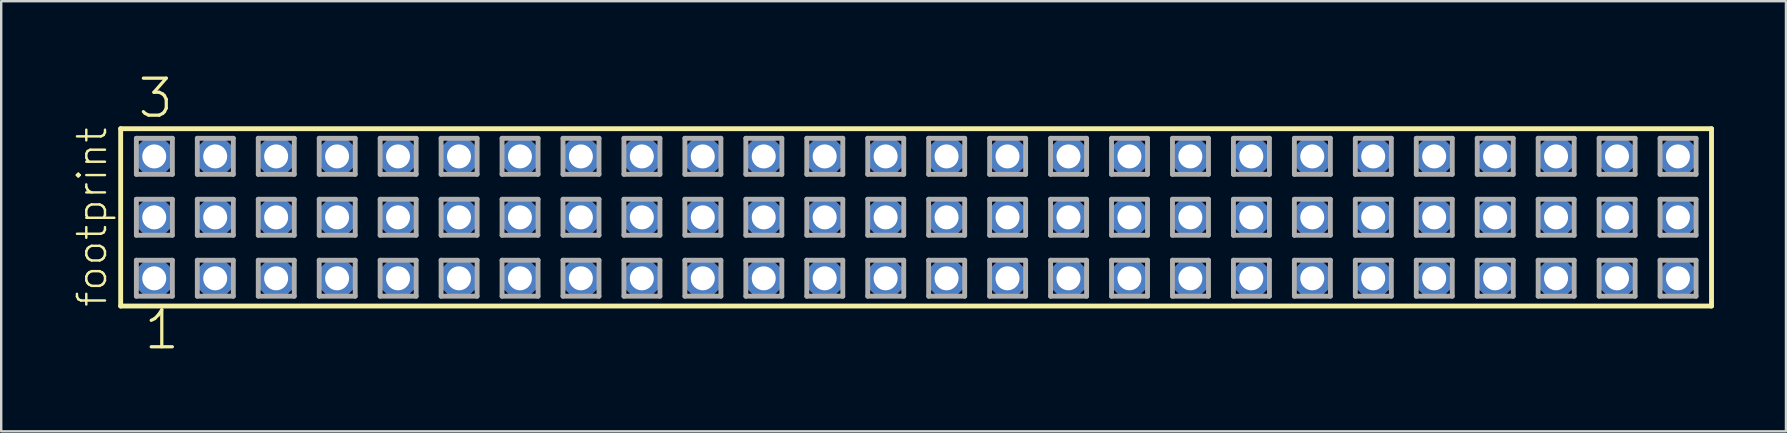
<source format=kicad_pcb>
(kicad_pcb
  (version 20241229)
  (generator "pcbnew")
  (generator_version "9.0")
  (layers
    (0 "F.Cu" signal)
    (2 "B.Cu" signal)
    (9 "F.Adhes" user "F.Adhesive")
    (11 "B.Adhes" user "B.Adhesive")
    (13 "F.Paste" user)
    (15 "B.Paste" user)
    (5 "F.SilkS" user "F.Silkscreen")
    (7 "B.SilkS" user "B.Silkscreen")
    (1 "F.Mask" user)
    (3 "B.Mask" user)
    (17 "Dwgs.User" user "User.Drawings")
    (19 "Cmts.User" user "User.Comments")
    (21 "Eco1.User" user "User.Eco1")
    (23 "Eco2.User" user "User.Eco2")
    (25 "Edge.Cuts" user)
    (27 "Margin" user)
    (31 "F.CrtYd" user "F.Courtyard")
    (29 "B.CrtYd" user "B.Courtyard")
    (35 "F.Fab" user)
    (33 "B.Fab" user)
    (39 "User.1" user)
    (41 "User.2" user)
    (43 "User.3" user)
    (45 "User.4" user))
  (footprint "footprint"
    (layer "F.Cu")
    (at 35.128 6.009)
    (property "Reference" "footprint" (at -33.655 3.81 90) (layer "F.SilkS") (effects (font (size 1.168 1.168) (thickness 0.102)) (justify left bottom)))
    (fp_line (start -33.149 -3.695) (end 33.149 -3.695) (stroke (width 0.203) (type solid)) (layer "F.SilkS"))
    (fp_line (start -33.149 3.695) (end -33.149 -3.695) (stroke (width 0.203) (type solid)) (layer "F.SilkS"))
    (fp_line (start 33.149 -3.695) (end 33.149 3.695) (stroke (width 0.203) (type solid)) (layer "F.SilkS"))
    (fp_line (start 33.149 3.695) (end -33.149 3.695) (stroke (width 0.203) (type solid)) (layer "F.SilkS"))
    (fp_line (start -32.495 -3.295) (end -30.995 -3.295) (stroke (width 0.203) (type solid)) (layer "F.Fab"))
    (fp_line (start -32.495 -1.795) (end -32.495 -3.295) (stroke (width 0.203) (type solid)) (layer "F.Fab"))
    (fp_line (start -32.495 -0.755) (end -30.995 -0.755) (stroke (width 0.203) (type solid)) (layer "F.Fab"))
    (fp_line (start -32.495 0.745) (end -32.495 -0.755) (stroke (width 0.203) (type solid)) (layer "F.Fab"))
    (fp_line (start -32.495 1.785) (end -30.995 1.785) (stroke (width 0.203) (type solid)) (layer "F.Fab"))
    (fp_line (start -32.495 3.285) (end -32.495 1.785) (stroke (width 0.203) (type solid)) (layer "F.Fab"))
    (fp_line (start -30.995 -3.295) (end -30.995 -1.795) (stroke (width 0.203) (type solid)) (layer "F.Fab"))
    (fp_line (start -30.995 -1.795) (end -32.495 -1.795) (stroke (width 0.203) (type solid)) (layer "F.Fab"))
    (fp_line (start -30.995 -0.755) (end -30.995 0.745) (stroke (width 0.203) (type solid)) (layer "F.Fab"))
    (fp_line (start -30.995 0.745) (end -32.495 0.745) (stroke (width 0.203) (type solid)) (layer "F.Fab"))
    (fp_line (start -30.995 1.785) (end -30.995 3.285) (stroke (width 0.203) (type solid)) (layer "F.Fab"))
    (fp_line (start -30.995 3.285) (end -32.495 3.285) (stroke (width 0.203) (type solid)) (layer "F.Fab"))
    (fp_line (start -29.955 -3.295) (end -28.455 -3.295) (stroke (width 0.203) (type solid)) (layer "F.Fab"))
    (fp_line (start -29.955 -1.795) (end -29.955 -3.295) (stroke (width 0.203) (type solid)) (layer "F.Fab"))
    (fp_line (start -29.955 -0.755) (end -28.455 -0.755) (stroke (width 0.203) (type solid)) (layer "F.Fab"))
    (fp_line (start -29.955 0.745) (end -29.955 -0.755) (stroke (width 0.203) (type solid)) (layer "F.Fab"))
    (fp_line (start -29.955 1.785) (end -28.455 1.785) (stroke (width 0.203) (type solid)) (layer "F.Fab"))
    (fp_line (start -29.955 3.285) (end -29.955 1.785) (stroke (width 0.203) (type solid)) (layer "F.Fab"))
    (fp_line (start -28.455 -3.295) (end -28.455 -1.795) (stroke (width 0.203) (type solid)) (layer "F.Fab"))
    (fp_line (start -28.455 -1.795) (end -29.955 -1.795) (stroke (width 0.203) (type solid)) (layer "F.Fab"))
    (fp_line (start -28.455 -0.755) (end -28.455 0.745) (stroke (width 0.203) (type solid)) (layer "F.Fab"))
    (fp_line (start -28.455 0.745) (end -29.955 0.745) (stroke (width 0.203) (type solid)) (layer "F.Fab"))
    (fp_line (start -28.455 1.785) (end -28.455 3.285) (stroke (width 0.203) (type solid)) (layer "F.Fab"))
    (fp_line (start -28.455 3.285) (end -29.955 3.285) (stroke (width 0.203) (type solid)) (layer "F.Fab"))
    (fp_line (start -27.415 -3.295) (end -25.915 -3.295) (stroke (width 0.203) (type solid)) (layer "F.Fab"))
    (fp_line (start -27.415 -1.795) (end -27.415 -3.295) (stroke (width 0.203) (type solid)) (layer "F.Fab"))
    (fp_line (start -27.415 -0.755) (end -25.915 -0.755) (stroke (width 0.203) (type solid)) (layer "F.Fab"))
    (fp_line (start -27.415 0.745) (end -27.415 -0.755) (stroke (width 0.203) (type solid)) (layer "F.Fab"))
    (fp_line (start -27.415 1.785) (end -25.915 1.785) (stroke (width 0.203) (type solid)) (layer "F.Fab"))
    (fp_line (start -27.415 3.285) (end -27.415 1.785) (stroke (width 0.203) (type solid)) (layer "F.Fab"))
    (fp_line (start -25.915 -3.295) (end -25.915 -1.795) (stroke (width 0.203) (type solid)) (layer "F.Fab"))
    (fp_line (start -25.915 -1.795) (end -27.415 -1.795) (stroke (width 0.203) (type solid)) (layer "F.Fab"))
    (fp_line (start -25.915 -0.755) (end -25.915 0.745) (stroke (width 0.203) (type solid)) (layer "F.Fab"))
    (fp_line (start -25.915 0.745) (end -27.415 0.745) (stroke (width 0.203) (type solid)) (layer "F.Fab"))
    (fp_line (start -25.915 1.785) (end -25.915 3.285) (stroke (width 0.203) (type solid)) (layer "F.Fab"))
    (fp_line (start -25.915 3.285) (end -27.415 3.285) (stroke (width 0.203) (type solid)) (layer "F.Fab"))
    (fp_line (start -24.875 -3.295) (end -23.375 -3.295) (stroke (width 0.203) (type solid)) (layer "F.Fab"))
    (fp_line (start -24.875 -1.795) (end -24.875 -3.295) (stroke (width 0.203) (type solid)) (layer "F.Fab"))
    (fp_line (start -24.875 -0.755) (end -23.375 -0.755) (stroke (width 0.203) (type solid)) (layer "F.Fab"))
    (fp_line (start -24.875 0.745) (end -24.875 -0.755) (stroke (width 0.203) (type solid)) (layer "F.Fab"))
    (fp_line (start -24.875 1.785) (end -23.375 1.785) (stroke (width 0.203) (type solid)) (layer "F.Fab"))
    (fp_line (start -24.875 3.285) (end -24.875 1.785) (stroke (width 0.203) (type solid)) (layer "F.Fab"))
    (fp_line (start -23.375 -3.295) (end -23.375 -1.795) (stroke (width 0.203) (type solid)) (layer "F.Fab"))
    (fp_line (start -23.375 -1.795) (end -24.875 -1.795) (stroke (width 0.203) (type solid)) (layer "F.Fab"))
    (fp_line (start -23.375 -0.755) (end -23.375 0.745) (stroke (width 0.203) (type solid)) (layer "F.Fab"))
    (fp_line (start -23.375 0.745) (end -24.875 0.745) (stroke (width 0.203) (type solid)) (layer "F.Fab"))
    (fp_line (start -23.375 1.785) (end -23.375 3.285) (stroke (width 0.203) (type solid)) (layer "F.Fab"))
    (fp_line (start -23.375 3.285) (end -24.875 3.285) (stroke (width 0.203) (type solid)) (layer "F.Fab"))
    (fp_line (start -22.335 -3.295) (end -20.835 -3.295) (stroke (width 0.203) (type solid)) (layer "F.Fab"))
    (fp_line (start -22.335 -1.795) (end -22.335 -3.295) (stroke (width 0.203) (type solid)) (layer "F.Fab"))
    (fp_line (start -22.335 -0.755) (end -20.835 -0.755) (stroke (width 0.203) (type solid)) (layer "F.Fab"))
    (fp_line (start -22.335 0.745) (end -22.335 -0.755) (stroke (width 0.203) (type solid)) (layer "F.Fab"))
    (fp_line (start -22.335 1.785) (end -20.835 1.785) (stroke (width 0.203) (type solid)) (layer "F.Fab"))
    (fp_line (start -22.335 3.285) (end -22.335 1.785) (stroke (width 0.203) (type solid)) (layer "F.Fab"))
    (fp_line (start -20.835 -3.295) (end -20.835 -1.795) (stroke (width 0.203) (type solid)) (layer "F.Fab"))
    (fp_line (start -20.835 -1.795) (end -22.335 -1.795) (stroke (width 0.203) (type solid)) (layer "F.Fab"))
    (fp_line (start -20.835 -0.755) (end -20.835 0.745) (stroke (width 0.203) (type solid)) (layer "F.Fab"))
    (fp_line (start -20.835 0.745) (end -22.335 0.745) (stroke (width 0.203) (type solid)) (layer "F.Fab"))
    (fp_line (start -20.835 1.785) (end -20.835 3.285) (stroke (width 0.203) (type solid)) (layer "F.Fab"))
    (fp_line (start -20.835 3.285) (end -22.335 3.285) (stroke (width 0.203) (type solid)) (layer "F.Fab"))
    (fp_line (start -19.795 -3.295) (end -18.295 -3.295) (stroke (width 0.203) (type solid)) (layer "F.Fab"))
    (fp_line (start -19.795 -1.795) (end -19.795 -3.295) (stroke (width 0.203) (type solid)) (layer "F.Fab"))
    (fp_line (start -19.795 -0.755) (end -18.295 -0.755) (stroke (width 0.203) (type solid)) (layer "F.Fab"))
    (fp_line (start -19.795 0.745) (end -19.795 -0.755) (stroke (width 0.203) (type solid)) (layer "F.Fab"))
    (fp_line (start -19.795 1.785) (end -18.295 1.785) (stroke (width 0.203) (type solid)) (layer "F.Fab"))
    (fp_line (start -19.795 3.285) (end -19.795 1.785) (stroke (width 0.203) (type solid)) (layer "F.Fab"))
    (fp_line (start -18.295 -3.295) (end -18.295 -1.795) (stroke (width 0.203) (type solid)) (layer "F.Fab"))
    (fp_line (start -18.295 -1.795) (end -19.795 -1.795) (stroke (width 0.203) (type solid)) (layer "F.Fab"))
    (fp_line (start -18.295 -0.755) (end -18.295 0.745) (stroke (width 0.203) (type solid)) (layer "F.Fab"))
    (fp_line (start -18.295 0.745) (end -19.795 0.745) (stroke (width 0.203) (type solid)) (layer "F.Fab"))
    (fp_line (start -18.295 1.785) (end -18.295 3.285) (stroke (width 0.203) (type solid)) (layer "F.Fab"))
    (fp_line (start -18.295 3.285) (end -19.795 3.285) (stroke (width 0.203) (type solid)) (layer "F.Fab"))
    (fp_line (start -17.255 -3.295) (end -15.755 -3.295) (stroke (width 0.203) (type solid)) (layer "F.Fab"))
    (fp_line (start -17.255 -1.795) (end -17.255 -3.295) (stroke (width 0.203) (type solid)) (layer "F.Fab"))
    (fp_line (start -17.255 -0.755) (end -15.755 -0.755) (stroke (width 0.203) (type solid)) (layer "F.Fab"))
    (fp_line (start -17.255 0.745) (end -17.255 -0.755) (stroke (width 0.203) (type solid)) (layer "F.Fab"))
    (fp_line (start -17.255 1.785) (end -15.755 1.785) (stroke (width 0.203) (type solid)) (layer "F.Fab"))
    (fp_line (start -17.255 3.285) (end -17.255 1.785) (stroke (width 0.203) (type solid)) (layer "F.Fab"))
    (fp_line (start -15.755 -3.295) (end -15.755 -1.795) (stroke (width 0.203) (type solid)) (layer "F.Fab"))
    (fp_line (start -15.755 -1.795) (end -17.255 -1.795) (stroke (width 0.203) (type solid)) (layer "F.Fab"))
    (fp_line (start -15.755 -0.755) (end -15.755 0.745) (stroke (width 0.203) (type solid)) (layer "F.Fab"))
    (fp_line (start -15.755 0.745) (end -17.255 0.745) (stroke (width 0.203) (type solid)) (layer "F.Fab"))
    (fp_line (start -15.755 1.785) (end -15.755 3.285) (stroke (width 0.203) (type solid)) (layer "F.Fab"))
    (fp_line (start -15.755 3.285) (end -17.255 3.285) (stroke (width 0.203) (type solid)) (layer "F.Fab"))
    (fp_line (start -14.715 -3.295) (end -13.215 -3.295) (stroke (width 0.203) (type solid)) (layer "F.Fab"))
    (fp_line (start -14.715 -1.795) (end -14.715 -3.295) (stroke (width 0.203) (type solid)) (layer "F.Fab"))
    (fp_line (start -14.715 -0.755) (end -13.215 -0.755) (stroke (width 0.203) (type solid)) (layer "F.Fab"))
    (fp_line (start -14.715 0.745) (end -14.715 -0.755) (stroke (width 0.203) (type solid)) (layer "F.Fab"))
    (fp_line (start -14.715 1.785) (end -13.215 1.785) (stroke (width 0.203) (type solid)) (layer "F.Fab"))
    (fp_line (start -14.715 3.285) (end -14.715 1.785) (stroke (width 0.203) (type solid)) (layer "F.Fab"))
    (fp_line (start -13.215 -3.295) (end -13.215 -1.795) (stroke (width 0.203) (type solid)) (layer "F.Fab"))
    (fp_line (start -13.215 -1.795) (end -14.715 -1.795) (stroke (width 0.203) (type solid)) (layer "F.Fab"))
    (fp_line (start -13.215 -0.755) (end -13.215 0.745) (stroke (width 0.203) (type solid)) (layer "F.Fab"))
    (fp_line (start -13.215 0.745) (end -14.715 0.745) (stroke (width 0.203) (type solid)) (layer "F.Fab"))
    (fp_line (start -13.215 1.785) (end -13.215 3.285) (stroke (width 0.203) (type solid)) (layer "F.Fab"))
    (fp_line (start -13.215 3.285) (end -14.715 3.285) (stroke (width 0.203) (type solid)) (layer "F.Fab"))
    (fp_line (start -12.175 -3.295) (end -10.675 -3.295) (stroke (width 0.203) (type solid)) (layer "F.Fab"))
    (fp_line (start -12.175 -1.795) (end -12.175 -3.295) (stroke (width 0.203) (type solid)) (layer "F.Fab"))
    (fp_line (start -12.175 -0.755) (end -10.675 -0.755) (stroke (width 0.203) (type solid)) (layer "F.Fab"))
    (fp_line (start -12.175 0.745) (end -12.175 -0.755) (stroke (width 0.203) (type solid)) (layer "F.Fab"))
    (fp_line (start -12.175 1.785) (end -10.675 1.785) (stroke (width 0.203) (type solid)) (layer "F.Fab"))
    (fp_line (start -12.175 3.285) (end -12.175 1.785) (stroke (width 0.203) (type solid)) (layer "F.Fab"))
    (fp_line (start -10.675 -3.295) (end -10.675 -1.795) (stroke (width 0.203) (type solid)) (layer "F.Fab"))
    (fp_line (start -10.675 -1.795) (end -12.175 -1.795) (stroke (width 0.203) (type solid)) (layer "F.Fab"))
    (fp_line (start -10.675 -0.755) (end -10.675 0.745) (stroke (width 0.203) (type solid)) (layer "F.Fab"))
    (fp_line (start -10.675 0.745) (end -12.175 0.745) (stroke (width 0.203) (type solid)) (layer "F.Fab"))
    (fp_line (start -10.675 1.785) (end -10.675 3.285) (stroke (width 0.203) (type solid)) (layer "F.Fab"))
    (fp_line (start -10.675 3.285) (end -12.175 3.285) (stroke (width 0.203) (type solid)) (layer "F.Fab"))
    (fp_line (start -9.635 -3.295) (end -8.135 -3.295) (stroke (width 0.203) (type solid)) (layer "F.Fab"))
    (fp_line (start -9.635 -1.795) (end -9.635 -3.295) (stroke (width 0.203) (type solid)) (layer "F.Fab"))
    (fp_line (start -9.635 -0.755) (end -8.135 -0.755) (stroke (width 0.203) (type solid)) (layer "F.Fab"))
    (fp_line (start -9.635 0.745) (end -9.635 -0.755) (stroke (width 0.203) (type solid)) (layer "F.Fab"))
    (fp_line (start -9.635 1.785) (end -8.135 1.785) (stroke (width 0.203) (type solid)) (layer "F.Fab"))
    (fp_line (start -9.635 3.285) (end -9.635 1.785) (stroke (width 0.203) (type solid)) (layer "F.Fab"))
    (fp_line (start -8.135 -3.295) (end -8.135 -1.795) (stroke (width 0.203) (type solid)) (layer "F.Fab"))
    (fp_line (start -8.135 -1.795) (end -9.635 -1.795) (stroke (width 0.203) (type solid)) (layer "F.Fab"))
    (fp_line (start -8.135 -0.755) (end -8.135 0.745) (stroke (width 0.203) (type solid)) (layer "F.Fab"))
    (fp_line (start -8.135 0.745) (end -9.635 0.745) (stroke (width 0.203) (type solid)) (layer "F.Fab"))
    (fp_line (start -8.135 1.785) (end -8.135 3.285) (stroke (width 0.203) (type solid)) (layer "F.Fab"))
    (fp_line (start -8.135 3.285) (end -9.635 3.285) (stroke (width 0.203) (type solid)) (layer "F.Fab"))
    (fp_line (start -7.095 -3.295) (end -5.595 -3.295) (stroke (width 0.203) (type solid)) (layer "F.Fab"))
    (fp_line (start -7.095 -1.795) (end -7.095 -3.295) (stroke (width 0.203) (type solid)) (layer "F.Fab"))
    (fp_line (start -7.095 -0.755) (end -5.595 -0.755) (stroke (width 0.203) (type solid)) (layer "F.Fab"))
    (fp_line (start -7.095 0.745) (end -7.095 -0.755) (stroke (width 0.203) (type solid)) (layer "F.Fab"))
    (fp_line (start -7.095 1.785) (end -5.595 1.785) (stroke (width 0.203) (type solid)) (layer "F.Fab"))
    (fp_line (start -7.095 3.285) (end -7.095 1.785) (stroke (width 0.203) (type solid)) (layer "F.Fab"))
    (fp_line (start -5.595 -3.295) (end -5.595 -1.795) (stroke (width 0.203) (type solid)) (layer "F.Fab"))
    (fp_line (start -5.595 -1.795) (end -7.095 -1.795) (stroke (width 0.203) (type solid)) (layer "F.Fab"))
    (fp_line (start -5.595 -0.755) (end -5.595 0.745) (stroke (width 0.203) (type solid)) (layer "F.Fab"))
    (fp_line (start -5.595 0.745) (end -7.095 0.745) (stroke (width 0.203) (type solid)) (layer "F.Fab"))
    (fp_line (start -5.595 1.785) (end -5.595 3.285) (stroke (width 0.203) (type solid)) (layer "F.Fab"))
    (fp_line (start -5.595 3.285) (end -7.095 3.285) (stroke (width 0.203) (type solid)) (layer "F.Fab"))
    (fp_line (start -4.555 -3.295) (end -3.055 -3.295) (stroke (width 0.203) (type solid)) (layer "F.Fab"))
    (fp_line (start -4.555 -1.795) (end -4.555 -3.295) (stroke (width 0.203) (type solid)) (layer "F.Fab"))
    (fp_line (start -4.555 -0.755) (end -3.055 -0.755) (stroke (width 0.203) (type solid)) (layer "F.Fab"))
    (fp_line (start -4.555 0.745) (end -4.555 -0.755) (stroke (width 0.203) (type solid)) (layer "F.Fab"))
    (fp_line (start -4.555 1.785) (end -3.055 1.785) (stroke (width 0.203) (type solid)) (layer "F.Fab"))
    (fp_line (start -4.555 3.285) (end -4.555 1.785) (stroke (width 0.203) (type solid)) (layer "F.Fab"))
    (fp_line (start -3.055 -3.295) (end -3.055 -1.795) (stroke (width 0.203) (type solid)) (layer "F.Fab"))
    (fp_line (start -3.055 -1.795) (end -4.555 -1.795) (stroke (width 0.203) (type solid)) (layer "F.Fab"))
    (fp_line (start -3.055 -0.755) (end -3.055 0.745) (stroke (width 0.203) (type solid)) (layer "F.Fab"))
    (fp_line (start -3.055 0.745) (end -4.555 0.745) (stroke (width 0.203) (type solid)) (layer "F.Fab"))
    (fp_line (start -3.055 1.785) (end -3.055 3.285) (stroke (width 0.203) (type solid)) (layer "F.Fab"))
    (fp_line (start -3.055 3.285) (end -4.555 3.285) (stroke (width 0.203) (type solid)) (layer "F.Fab"))
    (fp_line (start -2.015 -3.295) (end -0.515 -3.295) (stroke (width 0.203) (type solid)) (layer "F.Fab"))
    (fp_line (start -2.015 -1.795) (end -2.015 -3.295) (stroke (width 0.203) (type solid)) (layer "F.Fab"))
    (fp_line (start -2.015 -0.755) (end -0.515 -0.755) (stroke (width 0.203) (type solid)) (layer "F.Fab"))
    (fp_line (start -2.015 0.745) (end -2.015 -0.755) (stroke (width 0.203) (type solid)) (layer "F.Fab"))
    (fp_line (start -2.015 1.785) (end -0.515 1.785) (stroke (width 0.203) (type solid)) (layer "F.Fab"))
    (fp_line (start -2.015 3.285) (end -2.015 1.785) (stroke (width 0.203) (type solid)) (layer "F.Fab"))
    (fp_line (start -0.515 -3.295) (end -0.515 -1.795) (stroke (width 0.203) (type solid)) (layer "F.Fab"))
    (fp_line (start -0.515 -1.795) (end -2.015 -1.795) (stroke (width 0.203) (type solid)) (layer "F.Fab"))
    (fp_line (start -0.515 -0.755) (end -0.515 0.745) (stroke (width 0.203) (type solid)) (layer "F.Fab"))
    (fp_line (start -0.515 0.745) (end -2.015 0.745) (stroke (width 0.203) (type solid)) (layer "F.Fab"))
    (fp_line (start -0.515 1.785) (end -0.515 3.285) (stroke (width 0.203) (type solid)) (layer "F.Fab"))
    (fp_line (start -0.515 3.285) (end -2.015 3.285) (stroke (width 0.203) (type solid)) (layer "F.Fab"))
    (fp_line (start 0.525 -3.295) (end 2.025 -3.295) (stroke (width 0.203) (type solid)) (layer "F.Fab"))
    (fp_line (start 0.525 -1.795) (end 0.525 -3.295) (stroke (width 0.203) (type solid)) (layer "F.Fab"))
    (fp_line (start 0.525 -0.755) (end 2.025 -0.755) (stroke (width 0.203) (type solid)) (layer "F.Fab"))
    (fp_line (start 0.525 0.745) (end 0.525 -0.755) (stroke (width 0.203) (type solid)) (layer "F.Fab"))
    (fp_line (start 0.525 1.785) (end 2.025 1.785) (stroke (width 0.203) (type solid)) (layer "F.Fab"))
    (fp_line (start 0.525 3.285) (end 0.525 1.785) (stroke (width 0.203) (type solid)) (layer "F.Fab"))
    (fp_line (start 2.025 -3.295) (end 2.025 -1.795) (stroke (width 0.203) (type solid)) (layer "F.Fab"))
    (fp_line (start 2.025 -1.795) (end 0.525 -1.795) (stroke (width 0.203) (type solid)) (layer "F.Fab"))
    (fp_line (start 2.025 -0.755) (end 2.025 0.745) (stroke (width 0.203) (type solid)) (layer "F.Fab"))
    (fp_line (start 2.025 0.745) (end 0.525 0.745) (stroke (width 0.203) (type solid)) (layer "F.Fab"))
    (fp_line (start 2.025 1.785) (end 2.025 3.285) (stroke (width 0.203) (type solid)) (layer "F.Fab"))
    (fp_line (start 2.025 3.285) (end 0.525 3.285) (stroke (width 0.203) (type solid)) (layer "F.Fab"))
    (fp_line (start 3.065 -3.295) (end 4.565 -3.295) (stroke (width 0.203) (type solid)) (layer "F.Fab"))
    (fp_line (start 3.065 -1.795) (end 3.065 -3.295) (stroke (width 0.203) (type solid)) (layer "F.Fab"))
    (fp_line (start 3.065 -0.755) (end 4.565 -0.755) (stroke (width 0.203) (type solid)) (layer "F.Fab"))
    (fp_line (start 3.065 0.745) (end 3.065 -0.755) (stroke (width 0.203) (type solid)) (layer "F.Fab"))
    (fp_line (start 3.065 1.785) (end 4.565 1.785) (stroke (width 0.203) (type solid)) (layer "F.Fab"))
    (fp_line (start 3.065 3.285) (end 3.065 1.785) (stroke (width 0.203) (type solid)) (layer "F.Fab"))
    (fp_line (start 4.565 -3.295) (end 4.565 -1.795) (stroke (width 0.203) (type solid)) (layer "F.Fab"))
    (fp_line (start 4.565 -1.795) (end 3.065 -1.795) (stroke (width 0.203) (type solid)) (layer "F.Fab"))
    (fp_line (start 4.565 -0.755) (end 4.565 0.745) (stroke (width 0.203) (type solid)) (layer "F.Fab"))
    (fp_line (start 4.565 0.745) (end 3.065 0.745) (stroke (width 0.203) (type solid)) (layer "F.Fab"))
    (fp_line (start 4.565 1.785) (end 4.565 3.285) (stroke (width 0.203) (type solid)) (layer "F.Fab"))
    (fp_line (start 4.565 3.285) (end 3.065 3.285) (stroke (width 0.203) (type solid)) (layer "F.Fab"))
    (fp_line (start 5.605 -3.295) (end 7.105 -3.295) (stroke (width 0.203) (type solid)) (layer "F.Fab"))
    (fp_line (start 5.605 -1.795) (end 5.605 -3.295) (stroke (width 0.203) (type solid)) (layer "F.Fab"))
    (fp_line (start 5.605 -0.755) (end 7.105 -0.755) (stroke (width 0.203) (type solid)) (layer "F.Fab"))
    (fp_line (start 5.605 0.745) (end 5.605 -0.755) (stroke (width 0.203) (type solid)) (layer "F.Fab"))
    (fp_line (start 5.605 1.785) (end 7.105 1.785) (stroke (width 0.203) (type solid)) (layer "F.Fab"))
    (fp_line (start 5.605 3.285) (end 5.605 1.785) (stroke (width 0.203) (type solid)) (layer "F.Fab"))
    (fp_line (start 7.105 -3.295) (end 7.105 -1.795) (stroke (width 0.203) (type solid)) (layer "F.Fab"))
    (fp_line (start 7.105 -1.795) (end 5.605 -1.795) (stroke (width 0.203) (type solid)) (layer "F.Fab"))
    (fp_line (start 7.105 -0.755) (end 7.105 0.745) (stroke (width 0.203) (type solid)) (layer "F.Fab"))
    (fp_line (start 7.105 0.745) (end 5.605 0.745) (stroke (width 0.203) (type solid)) (layer "F.Fab"))
    (fp_line (start 7.105 1.785) (end 7.105 3.285) (stroke (width 0.203) (type solid)) (layer "F.Fab"))
    (fp_line (start 7.105 3.285) (end 5.605 3.285) (stroke (width 0.203) (type solid)) (layer "F.Fab"))
    (fp_line (start 8.145 -3.295) (end 9.645 -3.295) (stroke (width 0.203) (type solid)) (layer "F.Fab"))
    (fp_line (start 8.145 -1.795) (end 8.145 -3.295) (stroke (width 0.203) (type solid)) (layer "F.Fab"))
    (fp_line (start 8.145 -0.755) (end 9.645 -0.755) (stroke (width 0.203) (type solid)) (layer "F.Fab"))
    (fp_line (start 8.145 0.745) (end 8.145 -0.755) (stroke (width 0.203) (type solid)) (layer "F.Fab"))
    (fp_line (start 8.145 1.785) (end 9.645 1.785) (stroke (width 0.203) (type solid)) (layer "F.Fab"))
    (fp_line (start 8.145 3.285) (end 8.145 1.785) (stroke (width 0.203) (type solid)) (layer "F.Fab"))
    (fp_line (start 9.645 -3.295) (end 9.645 -1.795) (stroke (width 0.203) (type solid)) (layer "F.Fab"))
    (fp_line (start 9.645 -1.795) (end 8.145 -1.795) (stroke (width 0.203) (type solid)) (layer "F.Fab"))
    (fp_line (start 9.645 -0.755) (end 9.645 0.745) (stroke (width 0.203) (type solid)) (layer "F.Fab"))
    (fp_line (start 9.645 0.745) (end 8.145 0.745) (stroke (width 0.203) (type solid)) (layer "F.Fab"))
    (fp_line (start 9.645 1.785) (end 9.645 3.285) (stroke (width 0.203) (type solid)) (layer "F.Fab"))
    (fp_line (start 9.645 3.285) (end 8.145 3.285) (stroke (width 0.203) (type solid)) (layer "F.Fab"))
    (fp_line (start 10.685 -3.295) (end 12.185 -3.295) (stroke (width 0.203) (type solid)) (layer "F.Fab"))
    (fp_line (start 10.685 -1.795) (end 10.685 -3.295) (stroke (width 0.203) (type solid)) (layer "F.Fab"))
    (fp_line (start 10.685 -0.755) (end 12.185 -0.755) (stroke (width 0.203) (type solid)) (layer "F.Fab"))
    (fp_line (start 10.685 0.745) (end 10.685 -0.755) (stroke (width 0.203) (type solid)) (layer "F.Fab"))
    (fp_line (start 10.685 1.785) (end 12.185 1.785) (stroke (width 0.203) (type solid)) (layer "F.Fab"))
    (fp_line (start 10.685 3.285) (end 10.685 1.785) (stroke (width 0.203) (type solid)) (layer "F.Fab"))
    (fp_line (start 12.185 -3.295) (end 12.185 -1.795) (stroke (width 0.203) (type solid)) (layer "F.Fab"))
    (fp_line (start 12.185 -1.795) (end 10.685 -1.795) (stroke (width 0.203) (type solid)) (layer "F.Fab"))
    (fp_line (start 12.185 -0.755) (end 12.185 0.745) (stroke (width 0.203) (type solid)) (layer "F.Fab"))
    (fp_line (start 12.185 0.745) (end 10.685 0.745) (stroke (width 0.203) (type solid)) (layer "F.Fab"))
    (fp_line (start 12.185 1.785) (end 12.185 3.285) (stroke (width 0.203) (type solid)) (layer "F.Fab"))
    (fp_line (start 12.185 3.285) (end 10.685 3.285) (stroke (width 0.203) (type solid)) (layer "F.Fab"))
    (fp_line (start 13.225 -3.295) (end 14.725 -3.295) (stroke (width 0.203) (type solid)) (layer "F.Fab"))
    (fp_line (start 13.225 -1.795) (end 13.225 -3.295) (stroke (width 0.203) (type solid)) (layer "F.Fab"))
    (fp_line (start 13.225 -0.755) (end 14.725 -0.755) (stroke (width 0.203) (type solid)) (layer "F.Fab"))
    (fp_line (start 13.225 0.745) (end 13.225 -0.755) (stroke (width 0.203) (type solid)) (layer "F.Fab"))
    (fp_line (start 13.225 1.785) (end 14.725 1.785) (stroke (width 0.203) (type solid)) (layer "F.Fab"))
    (fp_line (start 13.225 3.285) (end 13.225 1.785) (stroke (width 0.203) (type solid)) (layer "F.Fab"))
    (fp_line (start 14.725 -3.295) (end 14.725 -1.795) (stroke (width 0.203) (type solid)) (layer "F.Fab"))
    (fp_line (start 14.725 -1.795) (end 13.225 -1.795) (stroke (width 0.203) (type solid)) (layer "F.Fab"))
    (fp_line (start 14.725 -0.755) (end 14.725 0.745) (stroke (width 0.203) (type solid)) (layer "F.Fab"))
    (fp_line (start 14.725 0.745) (end 13.225 0.745) (stroke (width 0.203) (type solid)) (layer "F.Fab"))
    (fp_line (start 14.725 1.785) (end 14.725 3.285) (stroke (width 0.203) (type solid)) (layer "F.Fab"))
    (fp_line (start 14.725 3.285) (end 13.225 3.285) (stroke (width 0.203) (type solid)) (layer "F.Fab"))
    (fp_line (start 15.765 -3.295) (end 17.265 -3.295) (stroke (width 0.203) (type solid)) (layer "F.Fab"))
    (fp_line (start 15.765 -1.795) (end 15.765 -3.295) (stroke (width 0.203) (type solid)) (layer "F.Fab"))
    (fp_line (start 15.765 -0.755) (end 17.265 -0.755) (stroke (width 0.203) (type solid)) (layer "F.Fab"))
    (fp_line (start 15.765 0.745) (end 15.765 -0.755) (stroke (width 0.203) (type solid)) (layer "F.Fab"))
    (fp_line (start 15.765 1.785) (end 17.265 1.785) (stroke (width 0.203) (type solid)) (layer "F.Fab"))
    (fp_line (start 15.765 3.285) (end 15.765 1.785) (stroke (width 0.203) (type solid)) (layer "F.Fab"))
    (fp_line (start 17.265 -3.295) (end 17.265 -1.795) (stroke (width 0.203) (type solid)) (layer "F.Fab"))
    (fp_line (start 17.265 -1.795) (end 15.765 -1.795) (stroke (width 0.203) (type solid)) (layer "F.Fab"))
    (fp_line (start 17.265 -0.755) (end 17.265 0.745) (stroke (width 0.203) (type solid)) (layer "F.Fab"))
    (fp_line (start 17.265 0.745) (end 15.765 0.745) (stroke (width 0.203) (type solid)) (layer "F.Fab"))
    (fp_line (start 17.265 1.785) (end 17.265 3.285) (stroke (width 0.203) (type solid)) (layer "F.Fab"))
    (fp_line (start 17.265 3.285) (end 15.765 3.285) (stroke (width 0.203) (type solid)) (layer "F.Fab"))
    (fp_line (start 18.305 -3.295) (end 19.805 -3.295) (stroke (width 0.203) (type solid)) (layer "F.Fab"))
    (fp_line (start 18.305 -1.795) (end 18.305 -3.295) (stroke (width 0.203) (type solid)) (layer "F.Fab"))
    (fp_line (start 18.305 -0.755) (end 19.805 -0.755) (stroke (width 0.203) (type solid)) (layer "F.Fab"))
    (fp_line (start 18.305 0.745) (end 18.305 -0.755) (stroke (width 0.203) (type solid)) (layer "F.Fab"))
    (fp_line (start 18.305 1.785) (end 19.805 1.785) (stroke (width 0.203) (type solid)) (layer "F.Fab"))
    (fp_line (start 18.305 3.285) (end 18.305 1.785) (stroke (width 0.203) (type solid)) (layer "F.Fab"))
    (fp_line (start 19.805 -3.295) (end 19.805 -1.795) (stroke (width 0.203) (type solid)) (layer "F.Fab"))
    (fp_line (start 19.805 -1.795) (end 18.305 -1.795) (stroke (width 0.203) (type solid)) (layer "F.Fab"))
    (fp_line (start 19.805 -0.755) (end 19.805 0.745) (stroke (width 0.203) (type solid)) (layer "F.Fab"))
    (fp_line (start 19.805 0.745) (end 18.305 0.745) (stroke (width 0.203) (type solid)) (layer "F.Fab"))
    (fp_line (start 19.805 1.785) (end 19.805 3.285) (stroke (width 0.203) (type solid)) (layer "F.Fab"))
    (fp_line (start 19.805 3.285) (end 18.305 3.285) (stroke (width 0.203) (type solid)) (layer "F.Fab"))
    (fp_line (start 20.845 -3.295) (end 22.345 -3.295) (stroke (width 0.203) (type solid)) (layer "F.Fab"))
    (fp_line (start 20.845 -1.795) (end 20.845 -3.295) (stroke (width 0.203) (type solid)) (layer "F.Fab"))
    (fp_line (start 20.845 -0.755) (end 22.345 -0.755) (stroke (width 0.203) (type solid)) (layer "F.Fab"))
    (fp_line (start 20.845 0.745) (end 20.845 -0.755) (stroke (width 0.203) (type solid)) (layer "F.Fab"))
    (fp_line (start 20.845 1.785) (end 22.345 1.785) (stroke (width 0.203) (type solid)) (layer "F.Fab"))
    (fp_line (start 20.845 3.285) (end 20.845 1.785) (stroke (width 0.203) (type solid)) (layer "F.Fab"))
    (fp_line (start 22.345 -3.295) (end 22.345 -1.795) (stroke (width 0.203) (type solid)) (layer "F.Fab"))
    (fp_line (start 22.345 -1.795) (end 20.845 -1.795) (stroke (width 0.203) (type solid)) (layer "F.Fab"))
    (fp_line (start 22.345 -0.755) (end 22.345 0.745) (stroke (width 0.203) (type solid)) (layer "F.Fab"))
    (fp_line (start 22.345 0.745) (end 20.845 0.745) (stroke (width 0.203) (type solid)) (layer "F.Fab"))
    (fp_line (start 22.345 1.785) (end 22.345 3.285) (stroke (width 0.203) (type solid)) (layer "F.Fab"))
    (fp_line (start 22.345 3.285) (end 20.845 3.285) (stroke (width 0.203) (type solid)) (layer "F.Fab"))
    (fp_line (start 23.385 -3.295) (end 24.885 -3.295) (stroke (width 0.203) (type solid)) (layer "F.Fab"))
    (fp_line (start 23.385 -1.795) (end 23.385 -3.295) (stroke (width 0.203) (type solid)) (layer "F.Fab"))
    (fp_line (start 23.385 -0.755) (end 24.885 -0.755) (stroke (width 0.203) (type solid)) (layer "F.Fab"))
    (fp_line (start 23.385 0.745) (end 23.385 -0.755) (stroke (width 0.203) (type solid)) (layer "F.Fab"))
    (fp_line (start 23.385 1.785) (end 24.885 1.785) (stroke (width 0.203) (type solid)) (layer "F.Fab"))
    (fp_line (start 23.385 3.285) (end 23.385 1.785) (stroke (width 0.203) (type solid)) (layer "F.Fab"))
    (fp_line (start 24.885 -3.295) (end 24.885 -1.795) (stroke (width 0.203) (type solid)) (layer "F.Fab"))
    (fp_line (start 24.885 -1.795) (end 23.385 -1.795) (stroke (width 0.203) (type solid)) (layer "F.Fab"))
    (fp_line (start 24.885 -0.755) (end 24.885 0.745) (stroke (width 0.203) (type solid)) (layer "F.Fab"))
    (fp_line (start 24.885 0.745) (end 23.385 0.745) (stroke (width 0.203) (type solid)) (layer "F.Fab"))
    (fp_line (start 24.885 1.785) (end 24.885 3.285) (stroke (width 0.203) (type solid)) (layer "F.Fab"))
    (fp_line (start 24.885 3.285) (end 23.385 3.285) (stroke (width 0.203) (type solid)) (layer "F.Fab"))
    (fp_line (start 25.925 -3.295) (end 27.425 -3.295) (stroke (width 0.203) (type solid)) (layer "F.Fab"))
    (fp_line (start 25.925 -1.795) (end 25.925 -3.295) (stroke (width 0.203) (type solid)) (layer "F.Fab"))
    (fp_line (start 25.925 -0.755) (end 27.425 -0.755) (stroke (width 0.203) (type solid)) (layer "F.Fab"))
    (fp_line (start 25.925 0.745) (end 25.925 -0.755) (stroke (width 0.203) (type solid)) (layer "F.Fab"))
    (fp_line (start 25.925 1.785) (end 27.425 1.785) (stroke (width 0.203) (type solid)) (layer "F.Fab"))
    (fp_line (start 25.925 3.285) (end 25.925 1.785) (stroke (width 0.203) (type solid)) (layer "F.Fab"))
    (fp_line (start 27.425 -3.295) (end 27.425 -1.795) (stroke (width 0.203) (type solid)) (layer "F.Fab"))
    (fp_line (start 27.425 -1.795) (end 25.925 -1.795) (stroke (width 0.203) (type solid)) (layer "F.Fab"))
    (fp_line (start 27.425 -0.755) (end 27.425 0.745) (stroke (width 0.203) (type solid)) (layer "F.Fab"))
    (fp_line (start 27.425 0.745) (end 25.925 0.745) (stroke (width 0.203) (type solid)) (layer "F.Fab"))
    (fp_line (start 27.425 1.785) (end 27.425 3.285) (stroke (width 0.203) (type solid)) (layer "F.Fab"))
    (fp_line (start 27.425 3.285) (end 25.925 3.285) (stroke (width 0.203) (type solid)) (layer "F.Fab"))
    (fp_line (start 28.465 -3.295) (end 29.965 -3.295) (stroke (width 0.203) (type solid)) (layer "F.Fab"))
    (fp_line (start 28.465 -1.795) (end 28.465 -3.295) (stroke (width 0.203) (type solid)) (layer "F.Fab"))
    (fp_line (start 28.465 -0.755) (end 29.965 -0.755) (stroke (width 0.203) (type solid)) (layer "F.Fab"))
    (fp_line (start 28.465 0.745) (end 28.465 -0.755) (stroke (width 0.203) (type solid)) (layer "F.Fab"))
    (fp_line (start 28.465 1.785) (end 29.965 1.785) (stroke (width 0.203) (type solid)) (layer "F.Fab"))
    (fp_line (start 28.465 3.285) (end 28.465 1.785) (stroke (width 0.203) (type solid)) (layer "F.Fab"))
    (fp_line (start 29.965 -3.295) (end 29.965 -1.795) (stroke (width 0.203) (type solid)) (layer "F.Fab"))
    (fp_line (start 29.965 -1.795) (end 28.465 -1.795) (stroke (width 0.203) (type solid)) (layer "F.Fab"))
    (fp_line (start 29.965 -0.755) (end 29.965 0.745) (stroke (width 0.203) (type solid)) (layer "F.Fab"))
    (fp_line (start 29.965 0.745) (end 28.465 0.745) (stroke (width 0.203) (type solid)) (layer "F.Fab"))
    (fp_line (start 29.965 1.785) (end 29.965 3.285) (stroke (width 0.203) (type solid)) (layer "F.Fab"))
    (fp_line (start 29.965 3.285) (end 28.465 3.285) (stroke (width 0.203) (type solid)) (layer "F.Fab"))
    (fp_line (start 31.005 -3.295) (end 32.505 -3.295) (stroke (width 0.203) (type solid)) (layer "F.Fab"))
    (fp_line (start 31.005 -1.795) (end 31.005 -3.295) (stroke (width 0.203) (type solid)) (layer "F.Fab"))
    (fp_line (start 31.005 -0.755) (end 32.505 -0.755) (stroke (width 0.203) (type solid)) (layer "F.Fab"))
    (fp_line (start 31.005 0.745) (end 31.005 -0.755) (stroke (width 0.203) (type solid)) (layer "F.Fab"))
    (fp_line (start 31.005 1.785) (end 32.505 1.785) (stroke (width 0.203) (type solid)) (layer "F.Fab"))
    (fp_line (start 31.005 3.285) (end 31.005 1.785) (stroke (width 0.203) (type solid)) (layer "F.Fab"))
    (fp_line (start 32.505 -3.295) (end 32.505 -1.795) (stroke (width 0.203) (type solid)) (layer "F.Fab"))
    (fp_line (start 32.505 -1.795) (end 31.005 -1.795) (stroke (width 0.203) (type solid)) (layer "F.Fab"))
    (fp_line (start 32.505 -0.755) (end 32.505 0.745) (stroke (width 0.203) (type solid)) (layer "F.Fab"))
    (fp_line (start 32.505 0.745) (end 31.005 0.745) (stroke (width 0.203) (type solid)) (layer "F.Fab"))
    (fp_line (start 32.505 1.785) (end 32.505 3.285) (stroke (width 0.203) (type solid)) (layer "F.Fab"))
    (fp_line (start 32.505 3.285) (end 31.005 3.285) (stroke (width 0.203) (type solid)) (layer "F.Fab"))
    (fp_text user "1" (at -32.258 5.588 0) (layer "F.SilkS") (effects (font (size 1.542 1.542) (thickness 0.134)) (justify left bottom)))
    (fp_text user "3" (at -32.512 -4.064 0) (layer "F.SilkS") (effects (font (size 1.542 1.542) (thickness 0.134)) (justify left bottom)))
    (pad "1" thru_hole roundrect (at -31.75 2.54) (size 1.5 1.5) (drill 1) (layers "*.Cu" "*.Mask") (roundrect_rratio 0.25) (chamfer_ratio 0.25) (chamfer top_left top_right bottom_left bottom_right))
    (pad "2" thru_hole roundrect (at -31.75 0) (size 1.5 1.5) (drill 1) (layers "*.Cu" "*.Mask") (roundrect_rratio 0.25) (chamfer_ratio 0.25) (chamfer top_left top_right bottom_left bottom_right))
    (pad "3" thru_hole roundrect (at -31.75 -2.54) (size 1.5 1.5) (drill 1) (layers "*.Cu" "*.Mask") (roundrect_rratio 0.25) (chamfer_ratio 0.25) (chamfer top_left top_right bottom_left bottom_right))
    (pad "4" thru_hole roundrect (at -29.21 2.54) (size 1.5 1.5) (drill 1) (layers "*.Cu" "*.Mask") (roundrect_rratio 0.25) (chamfer_ratio 0.25) (chamfer top_left top_right bottom_left bottom_right))
    (pad "5" thru_hole roundrect (at -29.21 0) (size 1.5 1.5) (drill 1) (layers "*.Cu" "*.Mask") (roundrect_rratio 0.25) (chamfer_ratio 0.25) (chamfer top_left top_right bottom_left bottom_right))
    (pad "6" thru_hole roundrect (at -29.21 -2.54) (size 1.5 1.5) (drill 1) (layers "*.Cu" "*.Mask") (roundrect_rratio 0.25) (chamfer_ratio 0.25) (chamfer top_left top_right bottom_left bottom_right))
    (pad "7" thru_hole roundrect (at -26.67 2.54) (size 1.5 1.5) (drill 1) (layers "*.Cu" "*.Mask") (roundrect_rratio 0.25) (chamfer_ratio 0.25) (chamfer top_left top_right bottom_left bottom_right))
    (pad "8" thru_hole roundrect (at -26.67 0) (size 1.5 1.5) (drill 1) (layers "*.Cu" "*.Mask") (roundrect_rratio 0.25) (chamfer_ratio 0.25) (chamfer top_left top_right bottom_left bottom_right))
    (pad "9" thru_hole roundrect (at -26.67 -2.54) (size 1.5 1.5) (drill 1) (layers "*.Cu" "*.Mask") (roundrect_rratio 0.25) (chamfer_ratio 0.25) (chamfer top_left top_right bottom_left bottom_right))
    (pad "10" thru_hole roundrect (at -24.13 2.54) (size 1.5 1.5) (drill 1) (layers "*.Cu" "*.Mask") (roundrect_rratio 0.25) (chamfer_ratio 0.25) (chamfer top_left top_right bottom_left bottom_right))
    (pad "11" thru_hole roundrect (at -24.13 0) (size 1.5 1.5) (drill 1) (layers "*.Cu" "*.Mask") (roundrect_rratio 0.25) (chamfer_ratio 0.25) (chamfer top_left top_right bottom_left bottom_right))
    (pad "12" thru_hole roundrect (at -24.13 -2.54) (size 1.5 1.5) (drill 1) (layers "*.Cu" "*.Mask") (roundrect_rratio 0.25) (chamfer_ratio 0.25) (chamfer top_left top_right bottom_left bottom_right))
    (pad "13" thru_hole roundrect (at -21.59 2.54) (size 1.5 1.5) (drill 1) (layers "*.Cu" "*.Mask") (roundrect_rratio 0.25) (chamfer_ratio 0.25) (chamfer top_left top_right bottom_left bottom_right))
    (pad "14" thru_hole roundrect (at -21.59 0) (size 1.5 1.5) (drill 1) (layers "*.Cu" "*.Mask") (roundrect_rratio 0.25) (chamfer_ratio 0.25) (chamfer top_left top_right bottom_left bottom_right))
    (pad "15" thru_hole roundrect (at -21.59 -2.54) (size 1.5 1.5) (drill 1) (layers "*.Cu" "*.Mask") (roundrect_rratio 0.25) (chamfer_ratio 0.25) (chamfer top_left top_right bottom_left bottom_right))
    (pad "16" thru_hole roundrect (at -19.05 2.54) (size 1.5 1.5) (drill 1) (layers "*.Cu" "*.Mask") (roundrect_rratio 0.25) (chamfer_ratio 0.25) (chamfer top_left top_right bottom_left bottom_right))
    (pad "17" thru_hole roundrect (at -19.05 0) (size 1.5 1.5) (drill 1) (layers "*.Cu" "*.Mask") (roundrect_rratio 0.25) (chamfer_ratio 0.25) (chamfer top_left top_right bottom_left bottom_right))
    (pad "18" thru_hole roundrect (at -19.05 -2.54) (size 1.5 1.5) (drill 1) (layers "*.Cu" "*.Mask") (roundrect_rratio 0.25) (chamfer_ratio 0.25) (chamfer top_left top_right bottom_left bottom_right))
    (pad "19" thru_hole roundrect (at -16.51 2.54) (size 1.5 1.5) (drill 1) (layers "*.Cu" "*.Mask") (roundrect_rratio 0.25) (chamfer_ratio 0.25) (chamfer top_left top_right bottom_left bottom_right))
    (pad "20" thru_hole roundrect (at -16.51 0) (size 1.5 1.5) (drill 1) (layers "*.Cu" "*.Mask") (roundrect_rratio 0.25) (chamfer_ratio 0.25) (chamfer top_left top_right bottom_left bottom_right))
    (pad "21" thru_hole roundrect (at -16.51 -2.54) (size 1.5 1.5) (drill 1) (layers "*.Cu" "*.Mask") (roundrect_rratio 0.25) (chamfer_ratio 0.25) (chamfer top_left top_right bottom_left bottom_right))
    (pad "22" thru_hole roundrect (at -13.97 2.54) (size 1.5 1.5) (drill 1) (layers "*.Cu" "*.Mask") (roundrect_rratio 0.25) (chamfer_ratio 0.25) (chamfer top_left top_right bottom_left bottom_right))
    (pad "23" thru_hole roundrect (at -13.97 0) (size 1.5 1.5) (drill 1) (layers "*.Cu" "*.Mask") (roundrect_rratio 0.25) (chamfer_ratio 0.25) (chamfer top_left top_right bottom_left bottom_right))
    (pad "24" thru_hole roundrect (at -13.97 -2.54) (size 1.5 1.5) (drill 1) (layers "*.Cu" "*.Mask") (roundrect_rratio 0.25) (chamfer_ratio 0.25) (chamfer top_left top_right bottom_left bottom_right))
    (pad "25" thru_hole roundrect (at -11.43 2.54) (size 1.5 1.5) (drill 1) (layers "*.Cu" "*.Mask") (roundrect_rratio 0.25) (chamfer_ratio 0.25) (chamfer top_left top_right bottom_left bottom_right))
    (pad "26" thru_hole roundrect (at -11.43 0) (size 1.5 1.5) (drill 1) (layers "*.Cu" "*.Mask") (roundrect_rratio 0.25) (chamfer_ratio 0.25) (chamfer top_left top_right bottom_left bottom_right))
    (pad "27" thru_hole roundrect (at -11.43 -2.54) (size 1.5 1.5) (drill 1) (layers "*.Cu" "*.Mask") (roundrect_rratio 0.25) (chamfer_ratio 0.25) (chamfer top_left top_right bottom_left bottom_right))
    (pad "28" thru_hole roundrect (at -8.89 2.54) (size 1.5 1.5) (drill 1) (layers "*.Cu" "*.Mask") (roundrect_rratio 0.25) (chamfer_ratio 0.25) (chamfer top_left top_right bottom_left bottom_right))
    (pad "29" thru_hole roundrect (at -8.89 0) (size 1.5 1.5) (drill 1) (layers "*.Cu" "*.Mask") (roundrect_rratio 0.25) (chamfer_ratio 0.25) (chamfer top_left top_right bottom_left bottom_right))
    (pad "30" thru_hole roundrect (at -8.89 -2.54) (size 1.5 1.5) (drill 1) (layers "*.Cu" "*.Mask") (roundrect_rratio 0.25) (chamfer_ratio 0.25) (chamfer top_left top_right bottom_left bottom_right))
    (pad "31" thru_hole roundrect (at -6.35 2.54) (size 1.5 1.5) (drill 1) (layers "*.Cu" "*.Mask") (roundrect_rratio 0.25) (chamfer_ratio 0.25) (chamfer top_left top_right bottom_left bottom_right))
    (pad "32" thru_hole roundrect (at -6.35 0) (size 1.5 1.5) (drill 1) (layers "*.Cu" "*.Mask") (roundrect_rratio 0.25) (chamfer_ratio 0.25) (chamfer top_left top_right bottom_left bottom_right))
    (pad "33" thru_hole roundrect (at -6.35 -2.54) (size 1.5 1.5) (drill 1) (layers "*.Cu" "*.Mask") (roundrect_rratio 0.25) (chamfer_ratio 0.25) (chamfer top_left top_right bottom_left bottom_right))
    (pad "34" thru_hole roundrect (at -3.81 2.54) (size 1.5 1.5) (drill 1) (layers "*.Cu" "*.Mask") (roundrect_rratio 0.25) (chamfer_ratio 0.25) (chamfer top_left top_right bottom_left bottom_right))
    (pad "35" thru_hole roundrect (at -3.81 0) (size 1.5 1.5) (drill 1) (layers "*.Cu" "*.Mask") (roundrect_rratio 0.25) (chamfer_ratio 0.25) (chamfer top_left top_right bottom_left bottom_right))
    (pad "36" thru_hole roundrect (at -3.81 -2.54) (size 1.5 1.5) (drill 1) (layers "*.Cu" "*.Mask") (roundrect_rratio 0.25) (chamfer_ratio 0.25) (chamfer top_left top_right bottom_left bottom_right))
    (pad "37" thru_hole roundrect (at -1.27 2.54) (size 1.5 1.5) (drill 1) (layers "*.Cu" "*.Mask") (roundrect_rratio 0.25) (chamfer_ratio 0.25) (chamfer top_left top_right bottom_left bottom_right))
    (pad "38" thru_hole roundrect (at -1.27 0) (size 1.5 1.5) (drill 1) (layers "*.Cu" "*.Mask") (roundrect_rratio 0.25) (chamfer_ratio 0.25) (chamfer top_left top_right bottom_left bottom_right))
    (pad "39" thru_hole roundrect (at -1.27 -2.54) (size 1.5 1.5) (drill 1) (layers "*.Cu" "*.Mask") (roundrect_rratio 0.25) (chamfer_ratio 0.25) (chamfer top_left top_right bottom_left bottom_right))
    (pad "40" thru_hole roundrect (at 1.27 2.54) (size 1.5 1.5) (drill 1) (layers "*.Cu" "*.Mask") (roundrect_rratio 0.25) (chamfer_ratio 0.25) (chamfer top_left top_right bottom_left bottom_right))
    (pad "41" thru_hole roundrect (at 1.27 0) (size 1.5 1.5) (drill 1) (layers "*.Cu" "*.Mask") (roundrect_rratio 0.25) (chamfer_ratio 0.25) (chamfer top_left top_right bottom_left bottom_right))
    (pad "42" thru_hole roundrect (at 1.27 -2.54) (size 1.5 1.5) (drill 1) (layers "*.Cu" "*.Mask") (roundrect_rratio 0.25) (chamfer_ratio 0.25) (chamfer top_left top_right bottom_left bottom_right))
    (pad "43" thru_hole roundrect (at 3.81 2.54) (size 1.5 1.5) (drill 1) (layers "*.Cu" "*.Mask") (roundrect_rratio 0.25) (chamfer_ratio 0.25) (chamfer top_left top_right bottom_left bottom_right))
    (pad "44" thru_hole roundrect (at 3.81 0) (size 1.5 1.5) (drill 1) (layers "*.Cu" "*.Mask") (roundrect_rratio 0.25) (chamfer_ratio 0.25) (chamfer top_left top_right bottom_left bottom_right))
    (pad "45" thru_hole roundrect (at 3.81 -2.54) (size 1.5 1.5) (drill 1) (layers "*.Cu" "*.Mask") (roundrect_rratio 0.25) (chamfer_ratio 0.25) (chamfer top_left top_right bottom_left bottom_right))
    (pad "46" thru_hole roundrect (at 6.35 2.54) (size 1.5 1.5) (drill 1) (layers "*.Cu" "*.Mask") (roundrect_rratio 0.25) (chamfer_ratio 0.25) (chamfer top_left top_right bottom_left bottom_right))
    (pad "47" thru_hole roundrect (at 6.35 0) (size 1.5 1.5) (drill 1) (layers "*.Cu" "*.Mask") (roundrect_rratio 0.25) (chamfer_ratio 0.25) (chamfer top_left top_right bottom_left bottom_right))
    (pad "48" thru_hole roundrect (at 6.35 -2.54) (size 1.5 1.5) (drill 1) (layers "*.Cu" "*.Mask") (roundrect_rratio 0.25) (chamfer_ratio 0.25) (chamfer top_left top_right bottom_left bottom_right))
    (pad "49" thru_hole roundrect (at 8.89 2.54) (size 1.5 1.5) (drill 1) (layers "*.Cu" "*.Mask") (roundrect_rratio 0.25) (chamfer_ratio 0.25) (chamfer top_left top_right bottom_left bottom_right))
    (pad "50" thru_hole roundrect (at 8.89 0) (size 1.5 1.5) (drill 1) (layers "*.Cu" "*.Mask") (roundrect_rratio 0.25) (chamfer_ratio 0.25) (chamfer top_left top_right bottom_left bottom_right))
    (pad "51" thru_hole roundrect (at 8.89 -2.54) (size 1.5 1.5) (drill 1) (layers "*.Cu" "*.Mask") (roundrect_rratio 0.25) (chamfer_ratio 0.25) (chamfer top_left top_right bottom_left bottom_right))
    (pad "52" thru_hole roundrect (at 11.43 2.54) (size 1.5 1.5) (drill 1) (layers "*.Cu" "*.Mask") (roundrect_rratio 0.25) (chamfer_ratio 0.25) (chamfer top_left top_right bottom_left bottom_right))
    (pad "53" thru_hole roundrect (at 11.43 0) (size 1.5 1.5) (drill 1) (layers "*.Cu" "*.Mask") (roundrect_rratio 0.25) (chamfer_ratio 0.25) (chamfer top_left top_right bottom_left bottom_right))
    (pad "54" thru_hole roundrect (at 11.43 -2.54) (size 1.5 1.5) (drill 1) (layers "*.Cu" "*.Mask") (roundrect_rratio 0.25) (chamfer_ratio 0.25) (chamfer top_left top_right bottom_left bottom_right))
    (pad "55" thru_hole roundrect (at 13.97 2.54) (size 1.5 1.5) (drill 1) (layers "*.Cu" "*.Mask") (roundrect_rratio 0.25) (chamfer_ratio 0.25) (chamfer top_left top_right bottom_left bottom_right))
    (pad "56" thru_hole roundrect (at 13.97 0) (size 1.5 1.5) (drill 1) (layers "*.Cu" "*.Mask") (roundrect_rratio 0.25) (chamfer_ratio 0.25) (chamfer top_left top_right bottom_left bottom_right))
    (pad "57" thru_hole roundrect (at 13.97 -2.54) (size 1.5 1.5) (drill 1) (layers "*.Cu" "*.Mask") (roundrect_rratio 0.25) (chamfer_ratio 0.25) (chamfer top_left top_right bottom_left bottom_right))
    (pad "58" thru_hole roundrect (at 16.51 2.54) (size 1.5 1.5) (drill 1) (layers "*.Cu" "*.Mask") (roundrect_rratio 0.25) (chamfer_ratio 0.25) (chamfer top_left top_right bottom_left bottom_right))
    (pad "59" thru_hole roundrect (at 16.51 0) (size 1.5 1.5) (drill 1) (layers "*.Cu" "*.Mask") (roundrect_rratio 0.25) (chamfer_ratio 0.25) (chamfer top_left top_right bottom_left bottom_right))
    (pad "60" thru_hole roundrect (at 16.51 -2.54) (size 1.5 1.5) (drill 1) (layers "*.Cu" "*.Mask") (roundrect_rratio 0.25) (chamfer_ratio 0.25) (chamfer top_left top_right bottom_left bottom_right))
    (pad "61" thru_hole roundrect (at 19.05 2.54) (size 1.5 1.5) (drill 1) (layers "*.Cu" "*.Mask") (roundrect_rratio 0.25) (chamfer_ratio 0.25) (chamfer top_left top_right bottom_left bottom_right))
    (pad "62" thru_hole roundrect (at 19.05 0) (size 1.5 1.5) (drill 1) (layers "*.Cu" "*.Mask") (roundrect_rratio 0.25) (chamfer_ratio 0.25) (chamfer top_left top_right bottom_left bottom_right))
    (pad "63" thru_hole roundrect (at 19.05 -2.54) (size 1.5 1.5) (drill 1) (layers "*.Cu" "*.Mask") (roundrect_rratio 0.25) (chamfer_ratio 0.25) (chamfer top_left top_right bottom_left bottom_right))
    (pad "64" thru_hole roundrect (at 21.59 2.54) (size 1.5 1.5) (drill 1) (layers "*.Cu" "*.Mask") (roundrect_rratio 0.25) (chamfer_ratio 0.25) (chamfer top_left top_right bottom_left bottom_right))
    (pad "65" thru_hole roundrect (at 21.59 0) (size 1.5 1.5) (drill 1) (layers "*.Cu" "*.Mask") (roundrect_rratio 0.25) (chamfer_ratio 0.25) (chamfer top_left top_right bottom_left bottom_right))
    (pad "66" thru_hole roundrect (at 21.59 -2.54) (size 1.5 1.5) (drill 1) (layers "*.Cu" "*.Mask") (roundrect_rratio 0.25) (chamfer_ratio 0.25) (chamfer top_left top_right bottom_left bottom_right))
    (pad "67" thru_hole roundrect (at 24.13 2.54) (size 1.5 1.5) (drill 1) (layers "*.Cu" "*.Mask") (roundrect_rratio 0.25) (chamfer_ratio 0.25) (chamfer top_left top_right bottom_left bottom_right))
    (pad "68" thru_hole roundrect (at 24.13 0) (size 1.5 1.5) (drill 1) (layers "*.Cu" "*.Mask") (roundrect_rratio 0.25) (chamfer_ratio 0.25) (chamfer top_left top_right bottom_left bottom_right))
    (pad "69" thru_hole roundrect (at 24.13 -2.54) (size 1.5 1.5) (drill 1) (layers "*.Cu" "*.Mask") (roundrect_rratio 0.25) (chamfer_ratio 0.25) (chamfer top_left top_right bottom_left bottom_right))
    (pad "70" thru_hole roundrect (at 26.67 2.54) (size 1.5 1.5) (drill 1) (layers "*.Cu" "*.Mask") (roundrect_rratio 0.25) (chamfer_ratio 0.25) (chamfer top_left top_right bottom_left bottom_right))
    (pad "71" thru_hole roundrect (at 26.67 0) (size 1.5 1.5) (drill 1) (layers "*.Cu" "*.Mask") (roundrect_rratio 0.25) (chamfer_ratio 0.25) (chamfer top_left top_right bottom_left bottom_right))
    (pad "72" thru_hole roundrect (at 26.67 -2.54) (size 1.5 1.5) (drill 1) (layers "*.Cu" "*.Mask") (roundrect_rratio 0.25) (chamfer_ratio 0.25) (chamfer top_left top_right bottom_left bottom_right))
    (pad "73" thru_hole roundrect (at 29.21 2.54) (size 1.5 1.5) (drill 1) (layers "*.Cu" "*.Mask") (roundrect_rratio 0.25) (chamfer_ratio 0.25) (chamfer top_left top_right bottom_left bottom_right))
    (pad "74" thru_hole roundrect (at 29.21 0) (size 1.5 1.5) (drill 1) (layers "*.Cu" "*.Mask") (roundrect_rratio 0.25) (chamfer_ratio 0.25) (chamfer top_left top_right bottom_left bottom_right))
    (pad "75" thru_hole roundrect (at 29.21 -2.54) (size 1.5 1.5) (drill 1) (layers "*.Cu" "*.Mask") (roundrect_rratio 0.25) (chamfer_ratio 0.25) (chamfer top_left top_right bottom_left bottom_right))
    (pad "76" thru_hole roundrect (at 31.75 2.54) (size 1.5 1.5) (drill 1) (layers "*.Cu" "*.Mask") (roundrect_rratio 0.25) (chamfer_ratio 0.25) (chamfer top_left top_right bottom_left bottom_right))
    (pad "77" thru_hole roundrect (at 31.75 0) (size 1.5 1.5) (drill 1) (layers "*.Cu" "*.Mask") (roundrect_rratio 0.25) (chamfer_ratio 0.25) (chamfer top_left top_right bottom_left bottom_right))
    (pad "78" thru_hole roundrect (at 31.75 -2.54) (size 1.5 1.5) (drill 1) (layers "*.Cu" "*.Mask") (roundrect_rratio 0.25) (chamfer_ratio 0.25) (chamfer top_left top_right bottom_left bottom_right)))
  (gr_rect
    (start -3 -3)
    (end 71.379 14.927)
    (stroke (width 0.1) (type default))
    (fill no)
    (layer "Edge.Cuts")))
</source>
